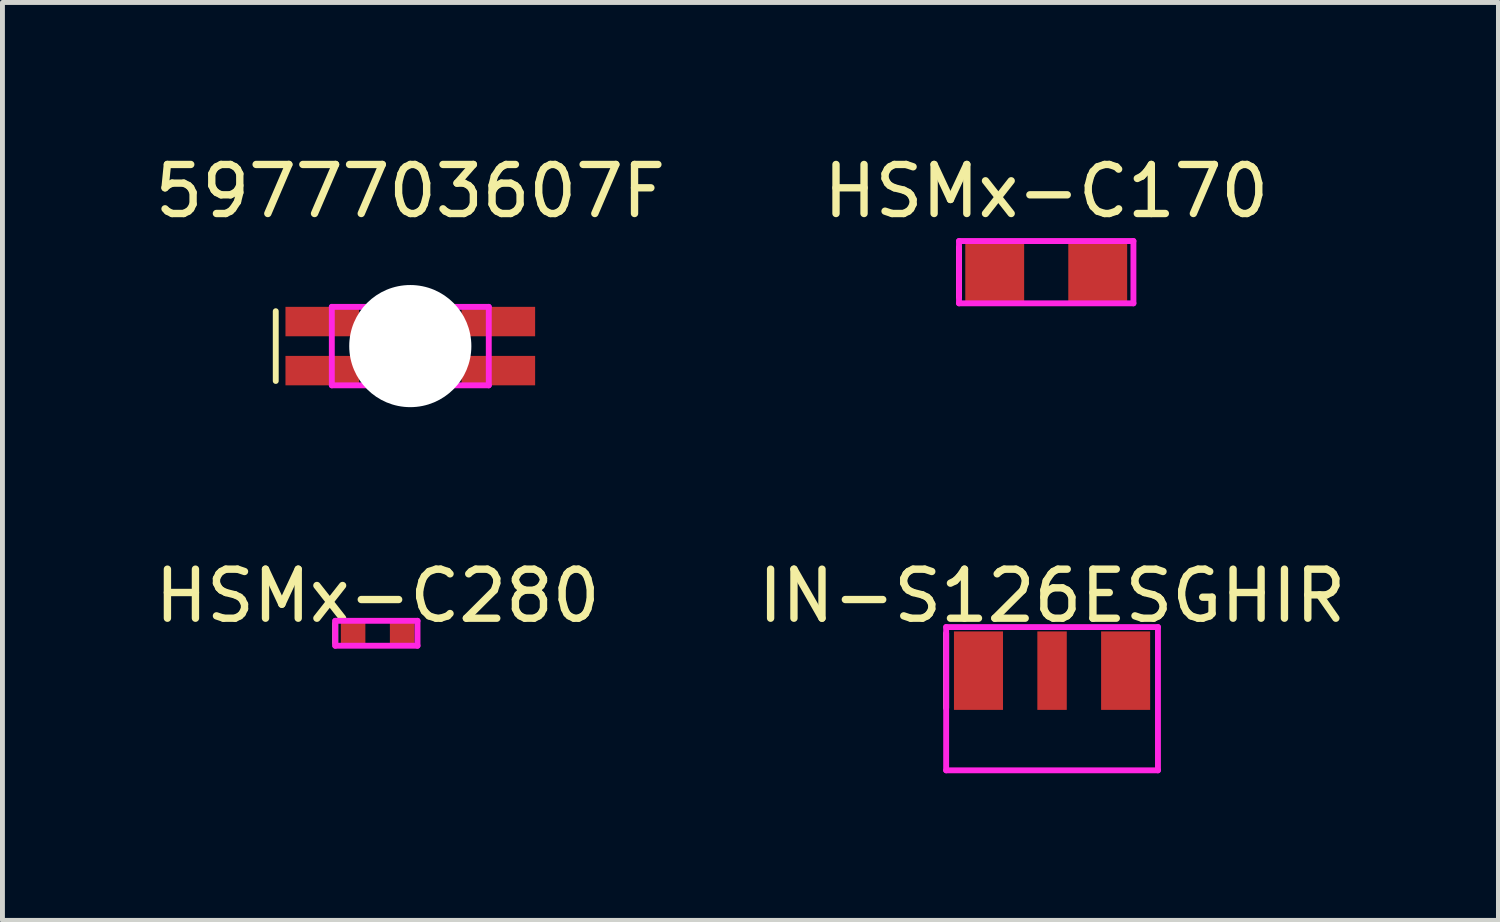
<source format=kicad_pcb>
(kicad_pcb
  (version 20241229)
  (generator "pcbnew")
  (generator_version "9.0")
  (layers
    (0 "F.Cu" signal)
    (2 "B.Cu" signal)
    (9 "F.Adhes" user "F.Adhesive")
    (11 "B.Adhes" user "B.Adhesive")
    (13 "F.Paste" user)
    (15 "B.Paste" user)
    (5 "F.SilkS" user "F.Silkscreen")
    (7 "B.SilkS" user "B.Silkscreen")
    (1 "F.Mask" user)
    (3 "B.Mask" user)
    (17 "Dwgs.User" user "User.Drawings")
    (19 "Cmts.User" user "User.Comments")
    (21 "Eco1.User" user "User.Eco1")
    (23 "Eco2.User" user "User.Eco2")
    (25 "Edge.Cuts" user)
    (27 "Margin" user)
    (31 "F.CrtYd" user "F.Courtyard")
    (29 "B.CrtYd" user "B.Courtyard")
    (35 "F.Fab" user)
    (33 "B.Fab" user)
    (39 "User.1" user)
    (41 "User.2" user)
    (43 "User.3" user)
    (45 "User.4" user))
  (footprint "HSMx-C280"
    (layer "F.Cu")
    (at 4.649 9.861)
    (property "Reference" "HSMx-C280" (at 0 -0.762 0) (layer "F.SilkS") (effects (font (size 1 1) (thickness 0.15))))
    (attr smd)
    (fp_line (start -0.864 -0.203) (end -0.864 0.203) (stroke (width 0.12) (type solid)) (layer "F.SilkS"))
    (fp_line (start -0.864 -0.254) (end -0.864 0.254) (stroke (width 0.12) (type solid)) (layer "F.CrtYd"))
    (fp_line (start -0.864 0.254) (end 0.813 0.254) (stroke (width 0.12) (type solid)) (layer "F.CrtYd"))
    (fp_line (start 0.813 -0.254) (end -0.864 -0.254) (stroke (width 0.12) (type solid)) (layer "F.CrtYd"))
    (fp_line (start 0.813 0.254) (end 0.813 -0.254) (stroke (width 0.12) (type solid)) (layer "F.CrtYd"))
    (pad "1" smd rect (at -0.5 0) (size 0.5 0.5) (layers "F.Cu" "F.Mask" "F.Paste"))
    (pad "2" smd rect (at 0.5 0) (size 0.5 0.5) (layers "F.Cu" "F.Mask" "F.Paste")))
  (footprint "IN-S126ESGHIR"
    (layer "F.Cu")
    (at 18.399 10.623)
    (property "Reference" "IN-S126ESGHIR" (at 0 -1.524 0) (layer "F.SilkS") (effects (font (size 1 1) (thickness 0.15))))
    (attr through_hole)
    (fp_line (start -2.159 0.762) (end -2.159 -0.762) (stroke (width 0.12) (type solid)) (layer "F.SilkS"))
    (fp_line (start -2.159 -0.889) (end -2.159 2.032) (stroke (width 0.12) (type solid)) (layer "F.CrtYd"))
    (fp_line (start -2.159 2.032) (end 2.159 2.032) (stroke (width 0.12) (type solid)) (layer "F.CrtYd"))
    (fp_line (start 2.159 -0.889) (end -2.159 -0.889) (stroke (width 0.12) (type solid)) (layer "F.CrtYd"))
    (fp_line (start 2.159 2.032) (end 2.159 -0.889) (stroke (width 0.12) (type solid)) (layer "F.CrtYd"))
    (pad "" smd rect (at 0 0) (size 0.6 1.6) (layers "F.Cu" "F.Mask" "F.Paste"))
    (pad "1" smd rect (at -1.5 0) (size 1 1.6) (layers "F.Cu" "F.Mask" "F.Paste"))
    (pad "2" smd rect (at 1.5 0) (size 1 1.6) (layers "F.Cu" "F.Mask" "F.Paste")))
  (footprint "HSMx-C170"
    (layer "F.Cu")
    (at 18.28 2.499)
    (property "Reference" "HSMx-C170" (at 0 -1.651 0) (layer "F.SilkS") (effects (font (size 1 1) (thickness 0.15))))
    (attr smd)
    (fp_line (start -1.778 -0.508) (end -1.778 0.508) (stroke (width 0.12) (type solid)) (layer "F.SilkS"))
    (fp_line (start -1.778 -0.635) (end -1.778 0.635) (stroke (width 0.12) (type solid)) (layer "F.CrtYd"))
    (fp_line (start -1.778 0.635) (end 1.778 0.635) (stroke (width 0.12) (type solid)) (layer "F.CrtYd"))
    (fp_line (start 1.778 -0.635) (end -1.778 -0.635) (stroke (width 0.12) (type solid)) (layer "F.CrtYd"))
    (fp_line (start 1.778 0.635) (end 1.778 -0.635) (stroke (width 0.12) (type solid)) (layer "F.CrtYd"))
    (pad "1" smd rect (at -1.05 0) (size 1.2 1.2) (layers "F.Cu" "F.Mask" "F.Paste"))
    (pad "2" smd rect (at 1.05 0) (size 1.2 1.2) (layers "F.Cu" "F.Mask" "F.Paste")))
  (footprint "5977703607F"
    (layer "F.Cu")
    (at 5.315 4.006)
    (property "Reference" "5977703607F" (at 0 -3.158 0) (layer "F.SilkS") (effects (font (size 1 1) (thickness 0.15))))
    (attr smd)
    (fp_line (start -2.743 -0.711) (end -2.743 0.711) (stroke (width 0.12) (type solid)) (layer "F.SilkS"))
    (fp_line (start -1.6 -0.8) (end -1.6 0.8) (stroke (width 0.12) (type solid)) (layer "F.CrtYd"))
    (fp_line (start -1.6 -0.8) (end 1.6 -0.8) (stroke (width 0.12) (type solid)) (layer "F.CrtYd"))
    (fp_line (start -1.6 0.8) (end 1.6 0.8) (stroke (width 0.12) (type solid)) (layer "F.CrtYd"))
    (fp_line (start 1.6 -0.8) (end 1.6 0.8) (stroke (width 0.12) (type solid)) (layer "F.CrtYd"))
    (pad "" np_thru_hole circle (at 0 0) (size 2.49 2.49) (drill 2.49) (layers "*.Cu" "*.Mask"))
    (pad "1" smd rect (at -1.795 -0.5) (size 1.5 0.6) (layers "F.Cu" "F.Mask" "F.Paste"))
    (pad "2" smd rect (at 1.795 -0.5) (size 1.5 0.6) (layers "F.Cu" "F.Mask" "F.Paste"))
    (pad "3" smd rect (at 1.795 0.5) (size 1.5 0.6) (layers "F.Cu" "F.Mask" "F.Paste"))
    (pad "4" smd rect (at -1.795 0.5) (size 1.5 0.6) (layers "F.Cu" "F.Mask" "F.Paste")))
  (gr_rect
    (start -3 -3)
    (end 27.5 15.715)
    (stroke (width 0.1) (type default))
    (fill no)
    (layer "Edge.Cuts")))
</source>
